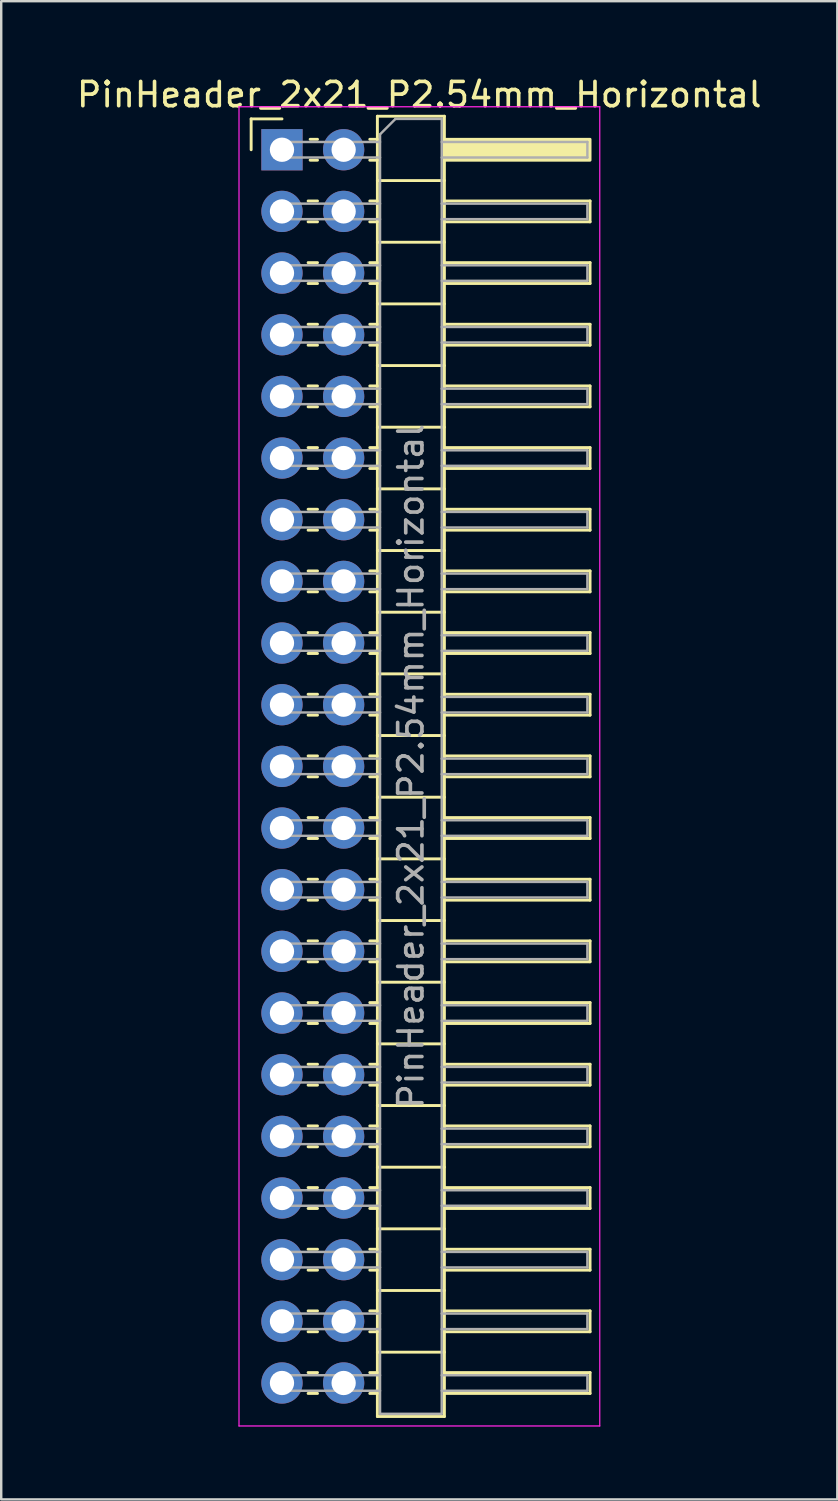
<source format=kicad_pcb>
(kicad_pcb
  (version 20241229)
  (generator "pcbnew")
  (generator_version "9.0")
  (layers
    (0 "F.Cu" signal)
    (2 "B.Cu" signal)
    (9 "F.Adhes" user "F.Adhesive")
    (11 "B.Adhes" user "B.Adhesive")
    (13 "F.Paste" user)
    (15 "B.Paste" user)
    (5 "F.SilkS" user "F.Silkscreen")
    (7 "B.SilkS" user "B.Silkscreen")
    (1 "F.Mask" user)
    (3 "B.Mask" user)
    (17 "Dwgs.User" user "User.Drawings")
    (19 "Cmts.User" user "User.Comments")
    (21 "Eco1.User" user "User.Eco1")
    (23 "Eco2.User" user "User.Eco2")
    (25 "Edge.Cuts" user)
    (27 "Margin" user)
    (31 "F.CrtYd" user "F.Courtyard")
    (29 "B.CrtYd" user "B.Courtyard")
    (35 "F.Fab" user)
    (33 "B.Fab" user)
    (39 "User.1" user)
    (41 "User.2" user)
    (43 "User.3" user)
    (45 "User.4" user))
  (footprint "PinHeader_2x21_P2.54mm_Horizontal"
    (layer "F.Cu")
    (at 8.565 3.118)
    (property "Reference" "PinHeader_2x21_P2.54mm_Horizontal" (at 5.655 -2.27 0) (layer "F.SilkS") (effects (font (size 1 1) (thickness 0.15))))
    (attr through_hole)
    (fp_line (start -1.27 -1.27) (end 0 -1.27) (stroke (width 0.12) (type solid)) (layer "F.SilkS"))
    (fp_line (start -1.27 0) (end -1.27 -1.27) (stroke (width 0.12) (type solid)) (layer "F.SilkS"))
    (fp_line (start 1.077 2.11) (end 1.463 2.11) (stroke (width 0.12) (type solid)) (layer "F.SilkS"))
    (fp_line (start 1.077 2.97) (end 1.463 2.97) (stroke (width 0.12) (type solid)) (layer "F.SilkS"))
    (fp_line (start 1.077 4.65) (end 1.463 4.65) (stroke (width 0.12) (type solid)) (layer "F.SilkS"))
    (fp_line (start 1.077 5.51) (end 1.463 5.51) (stroke (width 0.12) (type solid)) (layer "F.SilkS"))
    (fp_line (start 1.077 7.19) (end 1.463 7.19) (stroke (width 0.12) (type solid)) (layer "F.SilkS"))
    (fp_line (start 1.077 8.05) (end 1.463 8.05) (stroke (width 0.12) (type solid)) (layer "F.SilkS"))
    (fp_line (start 1.077 9.73) (end 1.463 9.73) (stroke (width 0.12) (type solid)) (layer "F.SilkS"))
    (fp_line (start 1.077 10.59) (end 1.463 10.59) (stroke (width 0.12) (type solid)) (layer "F.SilkS"))
    (fp_line (start 1.077 12.27) (end 1.463 12.27) (stroke (width 0.12) (type solid)) (layer "F.SilkS"))
    (fp_line (start 1.077 13.13) (end 1.463 13.13) (stroke (width 0.12) (type solid)) (layer "F.SilkS"))
    (fp_line (start 1.077 14.81) (end 1.463 14.81) (stroke (width 0.12) (type solid)) (layer "F.SilkS"))
    (fp_line (start 1.077 15.67) (end 1.463 15.67) (stroke (width 0.12) (type solid)) (layer "F.SilkS"))
    (fp_line (start 1.077 17.35) (end 1.463 17.35) (stroke (width 0.12) (type solid)) (layer "F.SilkS"))
    (fp_line (start 1.077 18.21) (end 1.463 18.21) (stroke (width 0.12) (type solid)) (layer "F.SilkS"))
    (fp_line (start 1.077 19.89) (end 1.463 19.89) (stroke (width 0.12) (type solid)) (layer "F.SilkS"))
    (fp_line (start 1.077 20.75) (end 1.463 20.75) (stroke (width 0.12) (type solid)) (layer "F.SilkS"))
    (fp_line (start 1.077 22.43) (end 1.463 22.43) (stroke (width 0.12) (type solid)) (layer "F.SilkS"))
    (fp_line (start 1.077 23.29) (end 1.463 23.29) (stroke (width 0.12) (type solid)) (layer "F.SilkS"))
    (fp_line (start 1.077 24.97) (end 1.463 24.97) (stroke (width 0.12) (type solid)) (layer "F.SilkS"))
    (fp_line (start 1.077 25.83) (end 1.463 25.83) (stroke (width 0.12) (type solid)) (layer "F.SilkS"))
    (fp_line (start 1.077 27.51) (end 1.463 27.51) (stroke (width 0.12) (type solid)) (layer "F.SilkS"))
    (fp_line (start 1.077 28.37) (end 1.463 28.37) (stroke (width 0.12) (type solid)) (layer "F.SilkS"))
    (fp_line (start 1.077 30.05) (end 1.463 30.05) (stroke (width 0.12) (type solid)) (layer "F.SilkS"))
    (fp_line (start 1.077 30.91) (end 1.463 30.91) (stroke (width 0.12) (type solid)) (layer "F.SilkS"))
    (fp_line (start 1.077 32.59) (end 1.463 32.59) (stroke (width 0.12) (type solid)) (layer "F.SilkS"))
    (fp_line (start 1.077 33.45) (end 1.463 33.45) (stroke (width 0.12) (type solid)) (layer "F.SilkS"))
    (fp_line (start 1.077 35.13) (end 1.463 35.13) (stroke (width 0.12) (type solid)) (layer "F.SilkS"))
    (fp_line (start 1.077 35.99) (end 1.463 35.99) (stroke (width 0.12) (type solid)) (layer "F.SilkS"))
    (fp_line (start 1.077 37.67) (end 1.463 37.67) (stroke (width 0.12) (type solid)) (layer "F.SilkS"))
    (fp_line (start 1.077 38.53) (end 1.463 38.53) (stroke (width 0.12) (type solid)) (layer "F.SilkS"))
    (fp_line (start 1.077 40.21) (end 1.463 40.21) (stroke (width 0.12) (type solid)) (layer "F.SilkS"))
    (fp_line (start 1.077 41.07) (end 1.463 41.07) (stroke (width 0.12) (type solid)) (layer "F.SilkS"))
    (fp_line (start 1.077 42.75) (end 1.463 42.75) (stroke (width 0.12) (type solid)) (layer "F.SilkS"))
    (fp_line (start 1.077 43.61) (end 1.463 43.61) (stroke (width 0.12) (type solid)) (layer "F.SilkS"))
    (fp_line (start 1.077 45.29) (end 1.463 45.29) (stroke (width 0.12) (type solid)) (layer "F.SilkS"))
    (fp_line (start 1.077 46.15) (end 1.463 46.15) (stroke (width 0.12) (type solid)) (layer "F.SilkS"))
    (fp_line (start 1.077 47.83) (end 1.463 47.83) (stroke (width 0.12) (type solid)) (layer "F.SilkS"))
    (fp_line (start 1.077 48.69) (end 1.463 48.69) (stroke (width 0.12) (type solid)) (layer "F.SilkS"))
    (fp_line (start 1.077 50.37) (end 1.463 50.37) (stroke (width 0.12) (type solid)) (layer "F.SilkS"))
    (fp_line (start 1.077 51.23) (end 1.463 51.23) (stroke (width 0.12) (type solid)) (layer "F.SilkS"))
    (fp_line (start 1.16 -0.43) (end 1.463 -0.43) (stroke (width 0.12) (type solid)) (layer "F.SilkS"))
    (fp_line (start 1.16 0.43) (end 1.463 0.43) (stroke (width 0.12) (type solid)) (layer "F.SilkS"))
    (fp_line (start 3.617 -0.43) (end 3.93 -0.43) (stroke (width 0.12) (type solid)) (layer "F.SilkS"))
    (fp_line (start 3.617 0.43) (end 3.93 0.43) (stroke (width 0.12) (type solid)) (layer "F.SilkS"))
    (fp_line (start 3.617 2.11) (end 3.93 2.11) (stroke (width 0.12) (type solid)) (layer "F.SilkS"))
    (fp_line (start 3.617 2.97) (end 3.93 2.97) (stroke (width 0.12) (type solid)) (layer "F.SilkS"))
    (fp_line (start 3.617 4.65) (end 3.93 4.65) (stroke (width 0.12) (type solid)) (layer "F.SilkS"))
    (fp_line (start 3.617 5.51) (end 3.93 5.51) (stroke (width 0.12) (type solid)) (layer "F.SilkS"))
    (fp_line (start 3.617 7.19) (end 3.93 7.19) (stroke (width 0.12) (type solid)) (layer "F.SilkS"))
    (fp_line (start 3.617 8.05) (end 3.93 8.05) (stroke (width 0.12) (type solid)) (layer "F.SilkS"))
    (fp_line (start 3.617 9.73) (end 3.93 9.73) (stroke (width 0.12) (type solid)) (layer "F.SilkS"))
    (fp_line (start 3.617 10.59) (end 3.93 10.59) (stroke (width 0.12) (type solid)) (layer "F.SilkS"))
    (fp_line (start 3.617 12.27) (end 3.93 12.27) (stroke (width 0.12) (type solid)) (layer "F.SilkS"))
    (fp_line (start 3.617 13.13) (end 3.93 13.13) (stroke (width 0.12) (type solid)) (layer "F.SilkS"))
    (fp_line (start 3.617 14.81) (end 3.93 14.81) (stroke (width 0.12) (type solid)) (layer "F.SilkS"))
    (fp_line (start 3.617 15.67) (end 3.93 15.67) (stroke (width 0.12) (type solid)) (layer "F.SilkS"))
    (fp_line (start 3.617 17.35) (end 3.93 17.35) (stroke (width 0.12) (type solid)) (layer "F.SilkS"))
    (fp_line (start 3.617 18.21) (end 3.93 18.21) (stroke (width 0.12) (type solid)) (layer "F.SilkS"))
    (fp_line (start 3.617 19.89) (end 3.93 19.89) (stroke (width 0.12) (type solid)) (layer "F.SilkS"))
    (fp_line (start 3.617 20.75) (end 3.93 20.75) (stroke (width 0.12) (type solid)) (layer "F.SilkS"))
    (fp_line (start 3.617 22.43) (end 3.93 22.43) (stroke (width 0.12) (type solid)) (layer "F.SilkS"))
    (fp_line (start 3.617 23.29) (end 3.93 23.29) (stroke (width 0.12) (type solid)) (layer "F.SilkS"))
    (fp_line (start 3.617 24.97) (end 3.93 24.97) (stroke (width 0.12) (type solid)) (layer "F.SilkS"))
    (fp_line (start 3.617 25.83) (end 3.93 25.83) (stroke (width 0.12) (type solid)) (layer "F.SilkS"))
    (fp_line (start 3.617 27.51) (end 3.93 27.51) (stroke (width 0.12) (type solid)) (layer "F.SilkS"))
    (fp_line (start 3.617 28.37) (end 3.93 28.37) (stroke (width 0.12) (type solid)) (layer "F.SilkS"))
    (fp_line (start 3.617 30.05) (end 3.93 30.05) (stroke (width 0.12) (type solid)) (layer "F.SilkS"))
    (fp_line (start 3.617 30.91) (end 3.93 30.91) (stroke (width 0.12) (type solid)) (layer "F.SilkS"))
    (fp_line (start 3.617 32.59) (end 3.93 32.59) (stroke (width 0.12) (type solid)) (layer "F.SilkS"))
    (fp_line (start 3.617 33.45) (end 3.93 33.45) (stroke (width 0.12) (type solid)) (layer "F.SilkS"))
    (fp_line (start 3.617 35.13) (end 3.93 35.13) (stroke (width 0.12) (type solid)) (layer "F.SilkS"))
    (fp_line (start 3.617 35.99) (end 3.93 35.99) (stroke (width 0.12) (type solid)) (layer "F.SilkS"))
    (fp_line (start 3.617 37.67) (end 3.93 37.67) (stroke (width 0.12) (type solid)) (layer "F.SilkS"))
    (fp_line (start 3.617 38.53) (end 3.93 38.53) (stroke (width 0.12) (type solid)) (layer "F.SilkS"))
    (fp_line (start 3.617 40.21) (end 3.93 40.21) (stroke (width 0.12) (type solid)) (layer "F.SilkS"))
    (fp_line (start 3.617 41.07) (end 3.93 41.07) (stroke (width 0.12) (type solid)) (layer "F.SilkS"))
    (fp_line (start 3.617 42.75) (end 3.93 42.75) (stroke (width 0.12) (type solid)) (layer "F.SilkS"))
    (fp_line (start 3.617 43.61) (end 3.93 43.61) (stroke (width 0.12) (type solid)) (layer "F.SilkS"))
    (fp_line (start 3.617 45.29) (end 3.93 45.29) (stroke (width 0.12) (type solid)) (layer "F.SilkS"))
    (fp_line (start 3.617 46.15) (end 3.93 46.15) (stroke (width 0.12) (type solid)) (layer "F.SilkS"))
    (fp_line (start 3.617 47.83) (end 3.93 47.83) (stroke (width 0.12) (type solid)) (layer "F.SilkS"))
    (fp_line (start 3.617 48.69) (end 3.93 48.69) (stroke (width 0.12) (type solid)) (layer "F.SilkS"))
    (fp_line (start 3.617 50.37) (end 3.93 50.37) (stroke (width 0.12) (type solid)) (layer "F.SilkS"))
    (fp_line (start 3.617 51.23) (end 3.93 51.23) (stroke (width 0.12) (type solid)) (layer "F.SilkS"))
    (fp_line (start 3.93 -1.38) (end 3.93 52.18) (stroke (width 0.12) (type solid)) (layer "F.SilkS"))
    (fp_line (start 3.93 1.27) (end 6.69 1.27) (stroke (width 0.12) (type solid)) (layer "F.SilkS"))
    (fp_line (start 3.93 3.81) (end 6.69 3.81) (stroke (width 0.12) (type solid)) (layer "F.SilkS"))
    (fp_line (start 3.93 6.35) (end 6.69 6.35) (stroke (width 0.12) (type solid)) (layer "F.SilkS"))
    (fp_line (start 3.93 8.89) (end 6.69 8.89) (stroke (width 0.12) (type solid)) (layer "F.SilkS"))
    (fp_line (start 3.93 11.43) (end 6.69 11.43) (stroke (width 0.12) (type solid)) (layer "F.SilkS"))
    (fp_line (start 3.93 13.97) (end 6.69 13.97) (stroke (width 0.12) (type solid)) (layer "F.SilkS"))
    (fp_line (start 3.93 16.51) (end 6.69 16.51) (stroke (width 0.12) (type solid)) (layer "F.SilkS"))
    (fp_line (start 3.93 19.05) (end 6.69 19.05) (stroke (width 0.12) (type solid)) (layer "F.SilkS"))
    (fp_line (start 3.93 21.59) (end 6.69 21.59) (stroke (width 0.12) (type solid)) (layer "F.SilkS"))
    (fp_line (start 3.93 24.13) (end 6.69 24.13) (stroke (width 0.12) (type solid)) (layer "F.SilkS"))
    (fp_line (start 3.93 26.67) (end 6.69 26.67) (stroke (width 0.12) (type solid)) (layer "F.SilkS"))
    (fp_line (start 3.93 29.21) (end 6.69 29.21) (stroke (width 0.12) (type solid)) (layer "F.SilkS"))
    (fp_line (start 3.93 31.75) (end 6.69 31.75) (stroke (width 0.12) (type solid)) (layer "F.SilkS"))
    (fp_line (start 3.93 34.29) (end 6.69 34.29) (stroke (width 0.12) (type solid)) (layer "F.SilkS"))
    (fp_line (start 3.93 36.83) (end 6.69 36.83) (stroke (width 0.12) (type solid)) (layer "F.SilkS"))
    (fp_line (start 3.93 39.37) (end 6.69 39.37) (stroke (width 0.12) (type solid)) (layer "F.SilkS"))
    (fp_line (start 3.93 41.91) (end 6.69 41.91) (stroke (width 0.12) (type solid)) (layer "F.SilkS"))
    (fp_line (start 3.93 44.45) (end 6.69 44.45) (stroke (width 0.12) (type solid)) (layer "F.SilkS"))
    (fp_line (start 3.93 46.99) (end 6.69 46.99) (stroke (width 0.12) (type solid)) (layer "F.SilkS"))
    (fp_line (start 3.93 49.53) (end 6.69 49.53) (stroke (width 0.12) (type solid)) (layer "F.SilkS"))
    (fp_line (start 3.93 52.18) (end 6.69 52.18) (stroke (width 0.12) (type solid)) (layer "F.SilkS"))
    (fp_line (start 6.69 -1.38) (end 3.93 -1.38) (stroke (width 0.12) (type solid)) (layer "F.SilkS"))
    (fp_line (start 6.69 2.11) (end 12.69 2.11) (stroke (width 0.12) (type solid)) (layer "F.SilkS"))
    (fp_line (start 6.69 4.65) (end 12.69 4.65) (stroke (width 0.12) (type solid)) (layer "F.SilkS"))
    (fp_line (start 6.69 7.19) (end 12.69 7.19) (stroke (width 0.12) (type solid)) (layer "F.SilkS"))
    (fp_line (start 6.69 9.73) (end 12.69 9.73) (stroke (width 0.12) (type solid)) (layer "F.SilkS"))
    (fp_line (start 6.69 12.27) (end 12.69 12.27) (stroke (width 0.12) (type solid)) (layer "F.SilkS"))
    (fp_line (start 6.69 14.81) (end 12.69 14.81) (stroke (width 0.12) (type solid)) (layer "F.SilkS"))
    (fp_line (start 6.69 17.35) (end 12.69 17.35) (stroke (width 0.12) (type solid)) (layer "F.SilkS"))
    (fp_line (start 6.69 19.89) (end 12.69 19.89) (stroke (width 0.12) (type solid)) (layer "F.SilkS"))
    (fp_line (start 6.69 22.43) (end 12.69 22.43) (stroke (width 0.12) (type solid)) (layer "F.SilkS"))
    (fp_line (start 6.69 24.97) (end 12.69 24.97) (stroke (width 0.12) (type solid)) (layer "F.SilkS"))
    (fp_line (start 6.69 27.51) (end 12.69 27.51) (stroke (width 0.12) (type solid)) (layer "F.SilkS"))
    (fp_line (start 6.69 30.05) (end 12.69 30.05) (stroke (width 0.12) (type solid)) (layer "F.SilkS"))
    (fp_line (start 6.69 32.59) (end 12.69 32.59) (stroke (width 0.12) (type solid)) (layer "F.SilkS"))
    (fp_line (start 6.69 35.13) (end 12.69 35.13) (stroke (width 0.12) (type solid)) (layer "F.SilkS"))
    (fp_line (start 6.69 37.67) (end 12.69 37.67) (stroke (width 0.12) (type solid)) (layer "F.SilkS"))
    (fp_line (start 6.69 40.21) (end 12.69 40.21) (stroke (width 0.12) (type solid)) (layer "F.SilkS"))
    (fp_line (start 6.69 42.75) (end 12.69 42.75) (stroke (width 0.12) (type solid)) (layer "F.SilkS"))
    (fp_line (start 6.69 45.29) (end 12.69 45.29) (stroke (width 0.12) (type solid)) (layer "F.SilkS"))
    (fp_line (start 6.69 47.83) (end 12.69 47.83) (stroke (width 0.12) (type solid)) (layer "F.SilkS"))
    (fp_line (start 6.69 50.37) (end 12.69 50.37) (stroke (width 0.12) (type solid)) (layer "F.SilkS"))
    (fp_line (start 6.69 52.18) (end 6.69 -1.38) (stroke (width 0.12) (type solid)) (layer "F.SilkS"))
    (fp_line (start 12.69 2.11) (end 12.69 2.97) (stroke (width 0.12) (type solid)) (layer "F.SilkS"))
    (fp_line (start 12.69 2.97) (end 6.69 2.97) (stroke (width 0.12) (type solid)) (layer "F.SilkS"))
    (fp_line (start 12.69 4.65) (end 12.69 5.51) (stroke (width 0.12) (type solid)) (layer "F.SilkS"))
    (fp_line (start 12.69 5.51) (end 6.69 5.51) (stroke (width 0.12) (type solid)) (layer "F.SilkS"))
    (fp_line (start 12.69 7.19) (end 12.69 8.05) (stroke (width 0.12) (type solid)) (layer "F.SilkS"))
    (fp_line (start 12.69 8.05) (end 6.69 8.05) (stroke (width 0.12) (type solid)) (layer "F.SilkS"))
    (fp_line (start 12.69 9.73) (end 12.69 10.59) (stroke (width 0.12) (type solid)) (layer "F.SilkS"))
    (fp_line (start 12.69 10.59) (end 6.69 10.59) (stroke (width 0.12) (type solid)) (layer "F.SilkS"))
    (fp_line (start 12.69 12.27) (end 12.69 13.13) (stroke (width 0.12) (type solid)) (layer "F.SilkS"))
    (fp_line (start 12.69 13.13) (end 6.69 13.13) (stroke (width 0.12) (type solid)) (layer "F.SilkS"))
    (fp_line (start 12.69 14.81) (end 12.69 15.67) (stroke (width 0.12) (type solid)) (layer "F.SilkS"))
    (fp_line (start 12.69 15.67) (end 6.69 15.67) (stroke (width 0.12) (type solid)) (layer "F.SilkS"))
    (fp_line (start 12.69 17.35) (end 12.69 18.21) (stroke (width 0.12) (type solid)) (layer "F.SilkS"))
    (fp_line (start 12.69 18.21) (end 6.69 18.21) (stroke (width 0.12) (type solid)) (layer "F.SilkS"))
    (fp_line (start 12.69 19.89) (end 12.69 20.75) (stroke (width 0.12) (type solid)) (layer "F.SilkS"))
    (fp_line (start 12.69 20.75) (end 6.69 20.75) (stroke (width 0.12) (type solid)) (layer "F.SilkS"))
    (fp_line (start 12.69 22.43) (end 12.69 23.29) (stroke (width 0.12) (type solid)) (layer "F.SilkS"))
    (fp_line (start 12.69 23.29) (end 6.69 23.29) (stroke (width 0.12) (type solid)) (layer "F.SilkS"))
    (fp_line (start 12.69 24.97) (end 12.69 25.83) (stroke (width 0.12) (type solid)) (layer "F.SilkS"))
    (fp_line (start 12.69 25.83) (end 6.69 25.83) (stroke (width 0.12) (type solid)) (layer "F.SilkS"))
    (fp_line (start 12.69 27.51) (end 12.69 28.37) (stroke (width 0.12) (type solid)) (layer "F.SilkS"))
    (fp_line (start 12.69 28.37) (end 6.69 28.37) (stroke (width 0.12) (type solid)) (layer "F.SilkS"))
    (fp_line (start 12.69 30.05) (end 12.69 30.91) (stroke (width 0.12) (type solid)) (layer "F.SilkS"))
    (fp_line (start 12.69 30.91) (end 6.69 30.91) (stroke (width 0.12) (type solid)) (layer "F.SilkS"))
    (fp_line (start 12.69 32.59) (end 12.69 33.45) (stroke (width 0.12) (type solid)) (layer "F.SilkS"))
    (fp_line (start 12.69 33.45) (end 6.69 33.45) (stroke (width 0.12) (type solid)) (layer "F.SilkS"))
    (fp_line (start 12.69 35.13) (end 12.69 35.99) (stroke (width 0.12) (type solid)) (layer "F.SilkS"))
    (fp_line (start 12.69 35.99) (end 6.69 35.99) (stroke (width 0.12) (type solid)) (layer "F.SilkS"))
    (fp_line (start 12.69 37.67) (end 12.69 38.53) (stroke (width 0.12) (type solid)) (layer "F.SilkS"))
    (fp_line (start 12.69 38.53) (end 6.69 38.53) (stroke (width 0.12) (type solid)) (layer "F.SilkS"))
    (fp_line (start 12.69 40.21) (end 12.69 41.07) (stroke (width 0.12) (type solid)) (layer "F.SilkS"))
    (fp_line (start 12.69 41.07) (end 6.69 41.07) (stroke (width 0.12) (type solid)) (layer "F.SilkS"))
    (fp_line (start 12.69 42.75) (end 12.69 43.61) (stroke (width 0.12) (type solid)) (layer "F.SilkS"))
    (fp_line (start 12.69 43.61) (end 6.69 43.61) (stroke (width 0.12) (type solid)) (layer "F.SilkS"))
    (fp_line (start 12.69 45.29) (end 12.69 46.15) (stroke (width 0.12) (type solid)) (layer "F.SilkS"))
    (fp_line (start 12.69 46.15) (end 6.69 46.15) (stroke (width 0.12) (type solid)) (layer "F.SilkS"))
    (fp_line (start 12.69 47.83) (end 12.69 48.69) (stroke (width 0.12) (type solid)) (layer "F.SilkS"))
    (fp_line (start 12.69 48.69) (end 6.69 48.69) (stroke (width 0.12) (type solid)) (layer "F.SilkS"))
    (fp_line (start 12.69 50.37) (end 12.69 51.23) (stroke (width 0.12) (type solid)) (layer "F.SilkS"))
    (fp_line (start 12.69 51.23) (end 6.69 51.23) (stroke (width 0.12) (type solid)) (layer "F.SilkS"))
    (fp_rect (start 6.69 -0.43) (end 12.69 0.43) (stroke (width 0.12) (type solid)) (fill yes) (layer "F.SilkS"))
    (fp_line (start -1.77 -1.77) (end -1.77 52.57) (stroke (width 0.05) (type solid)) (layer "F.CrtYd"))
    (fp_line (start -1.77 52.57) (end 13.09 52.57) (stroke (width 0.05) (type solid)) (layer "F.CrtYd"))
    (fp_line (start 13.09 -1.77) (end -1.77 -1.77) (stroke (width 0.05) (type solid)) (layer "F.CrtYd"))
    (fp_line (start 13.09 52.57) (end 13.09 -1.77) (stroke (width 0.05) (type solid)) (layer "F.CrtYd"))
    (fp_line (start -0.32 -0.32) (end -0.32 0.32) (stroke (width 0.1) (type solid)) (layer "F.Fab"))
    (fp_line (start -0.32 -0.32) (end 4.04 -0.32) (stroke (width 0.1) (type solid)) (layer "F.Fab"))
    (fp_line (start -0.32 0.32) (end 4.04 0.32) (stroke (width 0.1) (type solid)) (layer "F.Fab"))
    (fp_line (start -0.32 2.22) (end -0.32 2.86) (stroke (width 0.1) (type solid)) (layer "F.Fab"))
    (fp_line (start -0.32 2.22) (end 4.04 2.22) (stroke (width 0.1) (type solid)) (layer "F.Fab"))
    (fp_line (start -0.32 2.86) (end 4.04 2.86) (stroke (width 0.1) (type solid)) (layer "F.Fab"))
    (fp_line (start -0.32 4.76) (end -0.32 5.4) (stroke (width 0.1) (type solid)) (layer "F.Fab"))
    (fp_line (start -0.32 4.76) (end 4.04 4.76) (stroke (width 0.1) (type solid)) (layer "F.Fab"))
    (fp_line (start -0.32 5.4) (end 4.04 5.4) (stroke (width 0.1) (type solid)) (layer "F.Fab"))
    (fp_line (start -0.32 7.3) (end -0.32 7.94) (stroke (width 0.1) (type solid)) (layer "F.Fab"))
    (fp_line (start -0.32 7.3) (end 4.04 7.3) (stroke (width 0.1) (type solid)) (layer "F.Fab"))
    (fp_line (start -0.32 7.94) (end 4.04 7.94) (stroke (width 0.1) (type solid)) (layer "F.Fab"))
    (fp_line (start -0.32 9.84) (end -0.32 10.48) (stroke (width 0.1) (type solid)) (layer "F.Fab"))
    (fp_line (start -0.32 9.84) (end 4.04 9.84) (stroke (width 0.1) (type solid)) (layer "F.Fab"))
    (fp_line (start -0.32 10.48) (end 4.04 10.48) (stroke (width 0.1) (type solid)) (layer "F.Fab"))
    (fp_line (start -0.32 12.38) (end -0.32 13.02) (stroke (width 0.1) (type solid)) (layer "F.Fab"))
    (fp_line (start -0.32 12.38) (end 4.04 12.38) (stroke (width 0.1) (type solid)) (layer "F.Fab"))
    (fp_line (start -0.32 13.02) (end 4.04 13.02) (stroke (width 0.1) (type solid)) (layer "F.Fab"))
    (fp_line (start -0.32 14.92) (end -0.32 15.56) (stroke (width 0.1) (type solid)) (layer "F.Fab"))
    (fp_line (start -0.32 14.92) (end 4.04 14.92) (stroke (width 0.1) (type solid)) (layer "F.Fab"))
    (fp_line (start -0.32 15.56) (end 4.04 15.56) (stroke (width 0.1) (type solid)) (layer "F.Fab"))
    (fp_line (start -0.32 17.46) (end -0.32 18.1) (stroke (width 0.1) (type solid)) (layer "F.Fab"))
    (fp_line (start -0.32 17.46) (end 4.04 17.46) (stroke (width 0.1) (type solid)) (layer "F.Fab"))
    (fp_line (start -0.32 18.1) (end 4.04 18.1) (stroke (width 0.1) (type solid)) (layer "F.Fab"))
    (fp_line (start -0.32 20) (end -0.32 20.64) (stroke (width 0.1) (type solid)) (layer "F.Fab"))
    (fp_line (start -0.32 20) (end 4.04 20) (stroke (width 0.1) (type solid)) (layer "F.Fab"))
    (fp_line (start -0.32 20.64) (end 4.04 20.64) (stroke (width 0.1) (type solid)) (layer "F.Fab"))
    (fp_line (start -0.32 22.54) (end -0.32 23.18) (stroke (width 0.1) (type solid)) (layer "F.Fab"))
    (fp_line (start -0.32 22.54) (end 4.04 22.54) (stroke (width 0.1) (type solid)) (layer "F.Fab"))
    (fp_line (start -0.32 23.18) (end 4.04 23.18) (stroke (width 0.1) (type solid)) (layer "F.Fab"))
    (fp_line (start -0.32 25.08) (end -0.32 25.72) (stroke (width 0.1) (type solid)) (layer "F.Fab"))
    (fp_line (start -0.32 25.08) (end 4.04 25.08) (stroke (width 0.1) (type solid)) (layer "F.Fab"))
    (fp_line (start -0.32 25.72) (end 4.04 25.72) (stroke (width 0.1) (type solid)) (layer "F.Fab"))
    (fp_line (start -0.32 27.62) (end -0.32 28.26) (stroke (width 0.1) (type solid)) (layer "F.Fab"))
    (fp_line (start -0.32 27.62) (end 4.04 27.62) (stroke (width 0.1) (type solid)) (layer "F.Fab"))
    (fp_line (start -0.32 28.26) (end 4.04 28.26) (stroke (width 0.1) (type solid)) (layer "F.Fab"))
    (fp_line (start -0.32 30.16) (end -0.32 30.8) (stroke (width 0.1) (type solid)) (layer "F.Fab"))
    (fp_line (start -0.32 30.16) (end 4.04 30.16) (stroke (width 0.1) (type solid)) (layer "F.Fab"))
    (fp_line (start -0.32 30.8) (end 4.04 30.8) (stroke (width 0.1) (type solid)) (layer "F.Fab"))
    (fp_line (start -0.32 32.7) (end -0.32 33.34) (stroke (width 0.1) (type solid)) (layer "F.Fab"))
    (fp_line (start -0.32 32.7) (end 4.04 32.7) (stroke (width 0.1) (type solid)) (layer "F.Fab"))
    (fp_line (start -0.32 33.34) (end 4.04 33.34) (stroke (width 0.1) (type solid)) (layer "F.Fab"))
    (fp_line (start -0.32 35.24) (end -0.32 35.88) (stroke (width 0.1) (type solid)) (layer "F.Fab"))
    (fp_line (start -0.32 35.24) (end 4.04 35.24) (stroke (width 0.1) (type solid)) (layer "F.Fab"))
    (fp_line (start -0.32 35.88) (end 4.04 35.88) (stroke (width 0.1) (type solid)) (layer "F.Fab"))
    (fp_line (start -0.32 37.78) (end -0.32 38.42) (stroke (width 0.1) (type solid)) (layer "F.Fab"))
    (fp_line (start -0.32 37.78) (end 4.04 37.78) (stroke (width 0.1) (type solid)) (layer "F.Fab"))
    (fp_line (start -0.32 38.42) (end 4.04 38.42) (stroke (width 0.1) (type solid)) (layer "F.Fab"))
    (fp_line (start -0.32 40.32) (end -0.32 40.96) (stroke (width 0.1) (type solid)) (layer "F.Fab"))
    (fp_line (start -0.32 40.32) (end 4.04 40.32) (stroke (width 0.1) (type solid)) (layer "F.Fab"))
    (fp_line (start -0.32 40.96) (end 4.04 40.96) (stroke (width 0.1) (type solid)) (layer "F.Fab"))
    (fp_line (start -0.32 42.86) (end -0.32 43.5) (stroke (width 0.1) (type solid)) (layer "F.Fab"))
    (fp_line (start -0.32 42.86) (end 4.04 42.86) (stroke (width 0.1) (type solid)) (layer "F.Fab"))
    (fp_line (start -0.32 43.5) (end 4.04 43.5) (stroke (width 0.1) (type solid)) (layer "F.Fab"))
    (fp_line (start -0.32 45.4) (end -0.32 46.04) (stroke (width 0.1) (type solid)) (layer "F.Fab"))
    (fp_line (start -0.32 45.4) (end 4.04 45.4) (stroke (width 0.1) (type solid)) (layer "F.Fab"))
    (fp_line (start -0.32 46.04) (end 4.04 46.04) (stroke (width 0.1) (type solid)) (layer "F.Fab"))
    (fp_line (start -0.32 47.94) (end -0.32 48.58) (stroke (width 0.1) (type solid)) (layer "F.Fab"))
    (fp_line (start -0.32 47.94) (end 4.04 47.94) (stroke (width 0.1) (type solid)) (layer "F.Fab"))
    (fp_line (start -0.32 48.58) (end 4.04 48.58) (stroke (width 0.1) (type solid)) (layer "F.Fab"))
    (fp_line (start -0.32 50.48) (end -0.32 51.12) (stroke (width 0.1) (type solid)) (layer "F.Fab"))
    (fp_line (start -0.32 50.48) (end 4.04 50.48) (stroke (width 0.1) (type solid)) (layer "F.Fab"))
    (fp_line (start -0.32 51.12) (end 4.04 51.12) (stroke (width 0.1) (type solid)) (layer "F.Fab"))
    (fp_line (start 4.04 -0.635) (end 4.675 -1.27) (stroke (width 0.1) (type solid)) (layer "F.Fab"))
    (fp_line (start 4.04 52.07) (end 4.04 -0.635) (stroke (width 0.1) (type solid)) (layer "F.Fab"))
    (fp_line (start 4.675 -1.27) (end 6.58 -1.27) (stroke (width 0.1) (type solid)) (layer "F.Fab"))
    (fp_line (start 6.58 -1.27) (end 6.58 52.07) (stroke (width 0.1) (type solid)) (layer "F.Fab"))
    (fp_line (start 6.58 -0.32) (end 12.58 -0.32) (stroke (width 0.1) (type solid)) (layer "F.Fab"))
    (fp_line (start 6.58 0.32) (end 12.58 0.32) (stroke (width 0.1) (type solid)) (layer "F.Fab"))
    (fp_line (start 6.58 2.22) (end 12.58 2.22) (stroke (width 0.1) (type solid)) (layer "F.Fab"))
    (fp_line (start 6.58 2.86) (end 12.58 2.86) (stroke (width 0.1) (type solid)) (layer "F.Fab"))
    (fp_line (start 6.58 4.76) (end 12.58 4.76) (stroke (width 0.1) (type solid)) (layer "F.Fab"))
    (fp_line (start 6.58 5.4) (end 12.58 5.4) (stroke (width 0.1) (type solid)) (layer "F.Fab"))
    (fp_line (start 6.58 7.3) (end 12.58 7.3) (stroke (width 0.1) (type solid)) (layer "F.Fab"))
    (fp_line (start 6.58 7.94) (end 12.58 7.94) (stroke (width 0.1) (type solid)) (layer "F.Fab"))
    (fp_line (start 6.58 9.84) (end 12.58 9.84) (stroke (width 0.1) (type solid)) (layer "F.Fab"))
    (fp_line (start 6.58 10.48) (end 12.58 10.48) (stroke (width 0.1) (type solid)) (layer "F.Fab"))
    (fp_line (start 6.58 12.38) (end 12.58 12.38) (stroke (width 0.1) (type solid)) (layer "F.Fab"))
    (fp_line (start 6.58 13.02) (end 12.58 13.02) (stroke (width 0.1) (type solid)) (layer "F.Fab"))
    (fp_line (start 6.58 14.92) (end 12.58 14.92) (stroke (width 0.1) (type solid)) (layer "F.Fab"))
    (fp_line (start 6.58 15.56) (end 12.58 15.56) (stroke (width 0.1) (type solid)) (layer "F.Fab"))
    (fp_line (start 6.58 17.46) (end 12.58 17.46) (stroke (width 0.1) (type solid)) (layer "F.Fab"))
    (fp_line (start 6.58 18.1) (end 12.58 18.1) (stroke (width 0.1) (type solid)) (layer "F.Fab"))
    (fp_line (start 6.58 20) (end 12.58 20) (stroke (width 0.1) (type solid)) (layer "F.Fab"))
    (fp_line (start 6.58 20.64) (end 12.58 20.64) (stroke (width 0.1) (type solid)) (layer "F.Fab"))
    (fp_line (start 6.58 22.54) (end 12.58 22.54) (stroke (width 0.1) (type solid)) (layer "F.Fab"))
    (fp_line (start 6.58 23.18) (end 12.58 23.18) (stroke (width 0.1) (type solid)) (layer "F.Fab"))
    (fp_line (start 6.58 25.08) (end 12.58 25.08) (stroke (width 0.1) (type solid)) (layer "F.Fab"))
    (fp_line (start 6.58 25.72) (end 12.58 25.72) (stroke (width 0.1) (type solid)) (layer "F.Fab"))
    (fp_line (start 6.58 27.62) (end 12.58 27.62) (stroke (width 0.1) (type solid)) (layer "F.Fab"))
    (fp_line (start 6.58 28.26) (end 12.58 28.26) (stroke (width 0.1) (type solid)) (layer "F.Fab"))
    (fp_line (start 6.58 30.16) (end 12.58 30.16) (stroke (width 0.1) (type solid)) (layer "F.Fab"))
    (fp_line (start 6.58 30.8) (end 12.58 30.8) (stroke (width 0.1) (type solid)) (layer "F.Fab"))
    (fp_line (start 6.58 32.7) (end 12.58 32.7) (stroke (width 0.1) (type solid)) (layer "F.Fab"))
    (fp_line (start 6.58 33.34) (end 12.58 33.34) (stroke (width 0.1) (type solid)) (layer "F.Fab"))
    (fp_line (start 6.58 35.24) (end 12.58 35.24) (stroke (width 0.1) (type solid)) (layer "F.Fab"))
    (fp_line (start 6.58 35.88) (end 12.58 35.88) (stroke (width 0.1) (type solid)) (layer "F.Fab"))
    (fp_line (start 6.58 37.78) (end 12.58 37.78) (stroke (width 0.1) (type solid)) (layer "F.Fab"))
    (fp_line (start 6.58 38.42) (end 12.58 38.42) (stroke (width 0.1) (type solid)) (layer "F.Fab"))
    (fp_line (start 6.58 40.32) (end 12.58 40.32) (stroke (width 0.1) (type solid)) (layer "F.Fab"))
    (fp_line (start 6.58 40.96) (end 12.58 40.96) (stroke (width 0.1) (type solid)) (layer "F.Fab"))
    (fp_line (start 6.58 42.86) (end 12.58 42.86) (stroke (width 0.1) (type solid)) (layer "F.Fab"))
    (fp_line (start 6.58 43.5) (end 12.58 43.5) (stroke (width 0.1) (type solid)) (layer "F.Fab"))
    (fp_line (start 6.58 45.4) (end 12.58 45.4) (stroke (width 0.1) (type solid)) (layer "F.Fab"))
    (fp_line (start 6.58 46.04) (end 12.58 46.04) (stroke (width 0.1) (type solid)) (layer "F.Fab"))
    (fp_line (start 6.58 47.94) (end 12.58 47.94) (stroke (width 0.1) (type solid)) (layer "F.Fab"))
    (fp_line (start 6.58 48.58) (end 12.58 48.58) (stroke (width 0.1) (type solid)) (layer "F.Fab"))
    (fp_line (start 6.58 50.48) (end 12.58 50.48) (stroke (width 0.1) (type solid)) (layer "F.Fab"))
    (fp_line (start 6.58 51.12) (end 12.58 51.12) (stroke (width 0.1) (type solid)) (layer "F.Fab"))
    (fp_line (start 6.58 52.07) (end 4.04 52.07) (stroke (width 0.1) (type solid)) (layer "F.Fab"))
    (fp_line (start 12.58 -0.32) (end 12.58 0.32) (stroke (width 0.1) (type solid)) (layer "F.Fab"))
    (fp_line (start 12.58 2.22) (end 12.58 2.86) (stroke (width 0.1) (type solid)) (layer "F.Fab"))
    (fp_line (start 12.58 4.76) (end 12.58 5.4) (stroke (width 0.1) (type solid)) (layer "F.Fab"))
    (fp_line (start 12.58 7.3) (end 12.58 7.94) (stroke (width 0.1) (type solid)) (layer "F.Fab"))
    (fp_line (start 12.58 9.84) (end 12.58 10.48) (stroke (width 0.1) (type solid)) (layer "F.Fab"))
    (fp_line (start 12.58 12.38) (end 12.58 13.02) (stroke (width 0.1) (type solid)) (layer "F.Fab"))
    (fp_line (start 12.58 14.92) (end 12.58 15.56) (stroke (width 0.1) (type solid)) (layer "F.Fab"))
    (fp_line (start 12.58 17.46) (end 12.58 18.1) (stroke (width 0.1) (type solid)) (layer "F.Fab"))
    (fp_line (start 12.58 20) (end 12.58 20.64) (stroke (width 0.1) (type solid)) (layer "F.Fab"))
    (fp_line (start 12.58 22.54) (end 12.58 23.18) (stroke (width 0.1) (type solid)) (layer "F.Fab"))
    (fp_line (start 12.58 25.08) (end 12.58 25.72) (stroke (width 0.1) (type solid)) (layer "F.Fab"))
    (fp_line (start 12.58 27.62) (end 12.58 28.26) (stroke (width 0.1) (type solid)) (layer "F.Fab"))
    (fp_line (start 12.58 30.16) (end 12.58 30.8) (stroke (width 0.1) (type solid)) (layer "F.Fab"))
    (fp_line (start 12.58 32.7) (end 12.58 33.34) (stroke (width 0.1) (type solid)) (layer "F.Fab"))
    (fp_line (start 12.58 35.24) (end 12.58 35.88) (stroke (width 0.1) (type solid)) (layer "F.Fab"))
    (fp_line (start 12.58 37.78) (end 12.58 38.42) (stroke (width 0.1) (type solid)) (layer "F.Fab"))
    (fp_line (start 12.58 40.32) (end 12.58 40.96) (stroke (width 0.1) (type solid)) (layer "F.Fab"))
    (fp_line (start 12.58 42.86) (end 12.58 43.5) (stroke (width 0.1) (type solid)) (layer "F.Fab"))
    (fp_line (start 12.58 45.4) (end 12.58 46.04) (stroke (width 0.1) (type solid)) (layer "F.Fab"))
    (fp_line (start 12.58 47.94) (end 12.58 48.58) (stroke (width 0.1) (type solid)) (layer "F.Fab"))
    (fp_line (start 12.58 50.48) (end 12.58 51.12) (stroke (width 0.1) (type solid)) (layer "F.Fab"))
    (fp_text user "${REFERENCE}" (at 5.31 25.4 90) (layer "F.Fab") (effects (font (size 1 1) (thickness 0.15))))
    (pad "1" thru_hole rect (at 0 0) (size 1.7 1.7) (drill 1) (layers "*.Cu" "*.Mask"))
    (pad "2" thru_hole circle (at 2.54 0) (size 1.7 1.7) (drill 1) (layers "*.Cu" "*.Mask"))
    (pad "3" thru_hole circle (at 0 2.54) (size 1.7 1.7) (drill 1) (layers "*.Cu" "*.Mask"))
    (pad "4" thru_hole circle (at 2.54 2.54) (size 1.7 1.7) (drill 1) (layers "*.Cu" "*.Mask"))
    (pad "5" thru_hole circle (at 0 5.08) (size 1.7 1.7) (drill 1) (layers "*.Cu" "*.Mask"))
    (pad "6" thru_hole circle (at 2.54 5.08) (size 1.7 1.7) (drill 1) (layers "*.Cu" "*.Mask"))
    (pad "7" thru_hole circle (at 0 7.62) (size 1.7 1.7) (drill 1) (layers "*.Cu" "*.Mask"))
    (pad "8" thru_hole circle (at 2.54 7.62) (size 1.7 1.7) (drill 1) (layers "*.Cu" "*.Mask"))
    (pad "9" thru_hole circle (at 0 10.16) (size 1.7 1.7) (drill 1) (layers "*.Cu" "*.Mask"))
    (pad "10" thru_hole circle (at 2.54 10.16) (size 1.7 1.7) (drill 1) (layers "*.Cu" "*.Mask"))
    (pad "11" thru_hole circle (at 0 12.7) (size 1.7 1.7) (drill 1) (layers "*.Cu" "*.Mask"))
    (pad "12" thru_hole circle (at 2.54 12.7) (size 1.7 1.7) (drill 1) (layers "*.Cu" "*.Mask"))
    (pad "13" thru_hole circle (at 0 15.24) (size 1.7 1.7) (drill 1) (layers "*.Cu" "*.Mask"))
    (pad "14" thru_hole circle (at 2.54 15.24) (size 1.7 1.7) (drill 1) (layers "*.Cu" "*.Mask"))
    (pad "15" thru_hole circle (at 0 17.78) (size 1.7 1.7) (drill 1) (layers "*.Cu" "*.Mask"))
    (pad "16" thru_hole circle (at 2.54 17.78) (size 1.7 1.7) (drill 1) (layers "*.Cu" "*.Mask"))
    (pad "17" thru_hole circle (at 0 20.32) (size 1.7 1.7) (drill 1) (layers "*.Cu" "*.Mask"))
    (pad "18" thru_hole circle (at 2.54 20.32) (size 1.7 1.7) (drill 1) (layers "*.Cu" "*.Mask"))
    (pad "19" thru_hole circle (at 0 22.86) (size 1.7 1.7) (drill 1) (layers "*.Cu" "*.Mask"))
    (pad "20" thru_hole circle (at 2.54 22.86) (size 1.7 1.7) (drill 1) (layers "*.Cu" "*.Mask"))
    (pad "21" thru_hole circle (at 0 25.4) (size 1.7 1.7) (drill 1) (layers "*.Cu" "*.Mask"))
    (pad "22" thru_hole circle (at 2.54 25.4) (size 1.7 1.7) (drill 1) (layers "*.Cu" "*.Mask"))
    (pad "23" thru_hole circle (at 0 27.94) (size 1.7 1.7) (drill 1) (layers "*.Cu" "*.Mask"))
    (pad "24" thru_hole circle (at 2.54 27.94) (size 1.7 1.7) (drill 1) (layers "*.Cu" "*.Mask"))
    (pad "25" thru_hole circle (at 0 30.48) (size 1.7 1.7) (drill 1) (layers "*.Cu" "*.Mask"))
    (pad "26" thru_hole circle (at 2.54 30.48) (size 1.7 1.7) (drill 1) (layers "*.Cu" "*.Mask"))
    (pad "27" thru_hole circle (at 0 33.02) (size 1.7 1.7) (drill 1) (layers "*.Cu" "*.Mask"))
    (pad "28" thru_hole circle (at 2.54 33.02) (size 1.7 1.7) (drill 1) (layers "*.Cu" "*.Mask"))
    (pad "29" thru_hole circle (at 0 35.56) (size 1.7 1.7) (drill 1) (layers "*.Cu" "*.Mask"))
    (pad "30" thru_hole circle (at 2.54 35.56) (size 1.7 1.7) (drill 1) (layers "*.Cu" "*.Mask"))
    (pad "31" thru_hole circle (at 0 38.1) (size 1.7 1.7) (drill 1) (layers "*.Cu" "*.Mask"))
    (pad "32" thru_hole circle (at 2.54 38.1) (size 1.7 1.7) (drill 1) (layers "*.Cu" "*.Mask"))
    (pad "33" thru_hole circle (at 0 40.64) (size 1.7 1.7) (drill 1) (layers "*.Cu" "*.Mask"))
    (pad "34" thru_hole circle (at 2.54 40.64) (size 1.7 1.7) (drill 1) (layers "*.Cu" "*.Mask"))
    (pad "35" thru_hole circle (at 0 43.18) (size 1.7 1.7) (drill 1) (layers "*.Cu" "*.Mask"))
    (pad "36" thru_hole circle (at 2.54 43.18) (size 1.7 1.7) (drill 1) (layers "*.Cu" "*.Mask"))
    (pad "37" thru_hole circle (at 0 45.72) (size 1.7 1.7) (drill 1) (layers "*.Cu" "*.Mask"))
    (pad "38" thru_hole circle (at 2.54 45.72) (size 1.7 1.7) (drill 1) (layers "*.Cu" "*.Mask"))
    (pad "39" thru_hole circle (at 0 48.26) (size 1.7 1.7) (drill 1) (layers "*.Cu" "*.Mask"))
    (pad "40" thru_hole circle (at 2.54 48.26) (size 1.7 1.7) (drill 1) (layers "*.Cu" "*.Mask"))
    (pad "41" thru_hole circle (at 0 50.8) (size 1.7 1.7) (drill 1) (layers "*.Cu" "*.Mask"))
    (pad "42" thru_hole circle (at 2.54 50.8) (size 1.7 1.7) (drill 1) (layers "*.Cu" "*.Mask")))
  (gr_rect
    (start -3 -3)
    (end 31.44 58.713)
    (stroke (width 0.1) (type default))
    (fill no)
    (layer "Edge.Cuts")))
</source>
